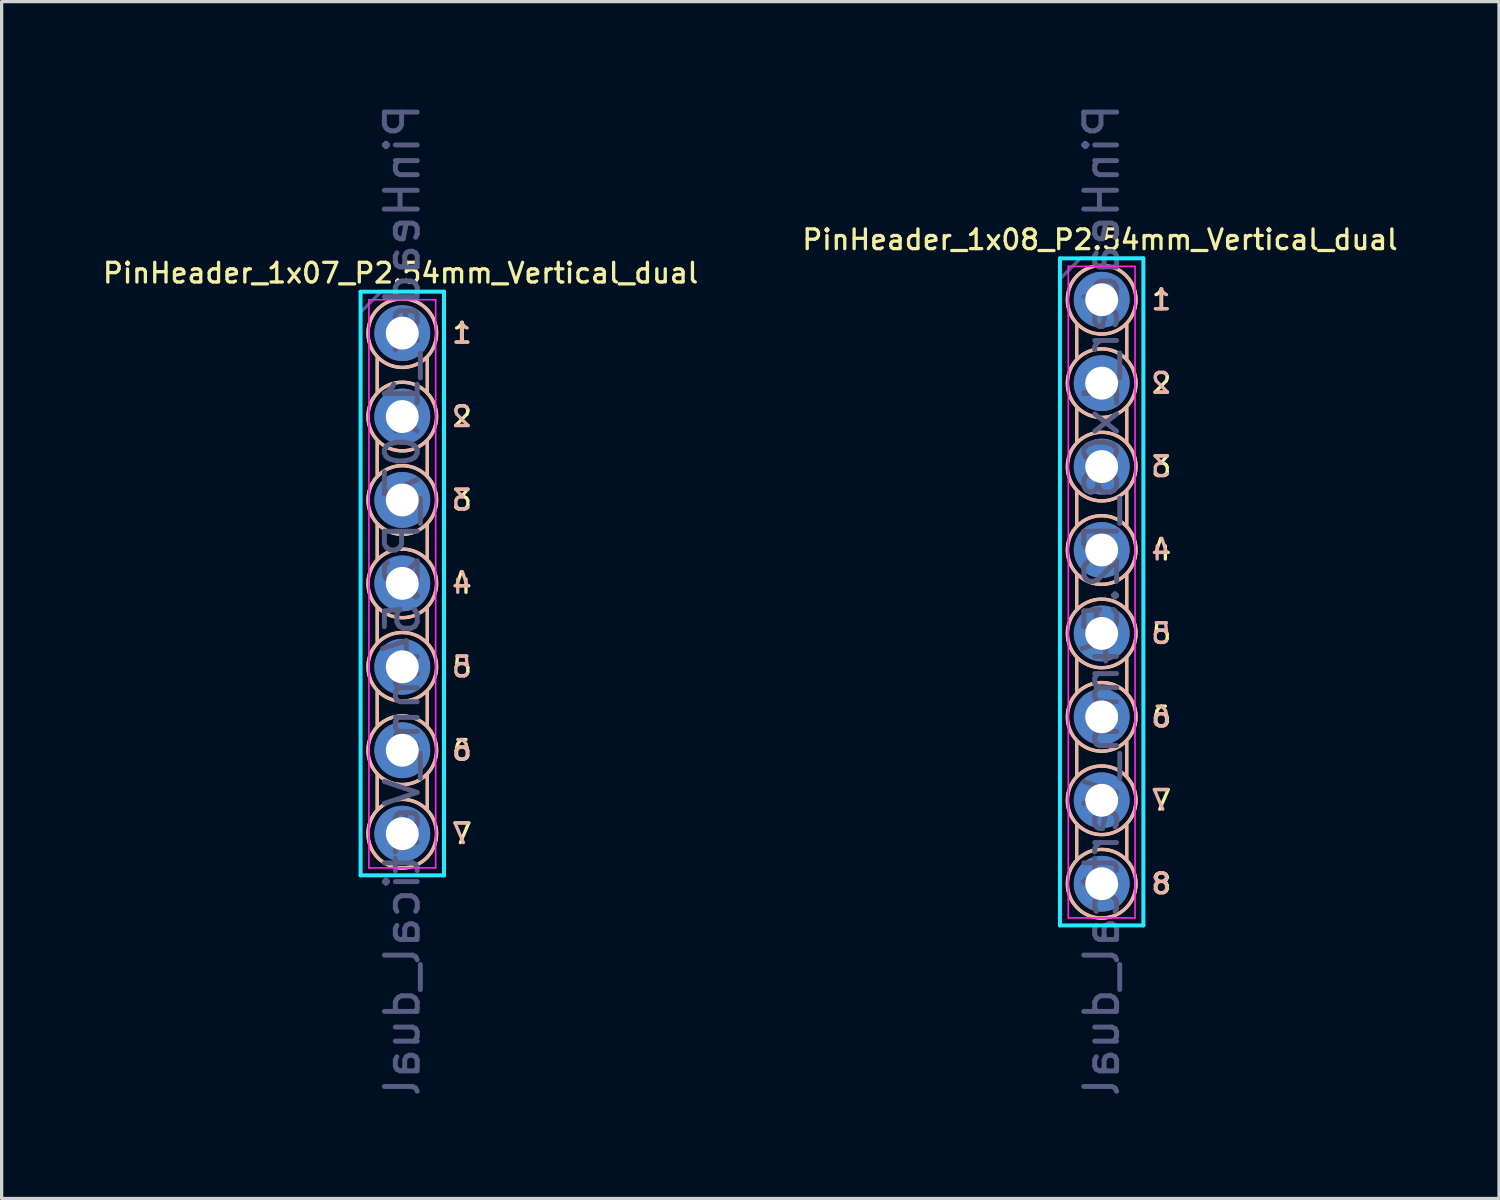
<source format=kicad_pcb>
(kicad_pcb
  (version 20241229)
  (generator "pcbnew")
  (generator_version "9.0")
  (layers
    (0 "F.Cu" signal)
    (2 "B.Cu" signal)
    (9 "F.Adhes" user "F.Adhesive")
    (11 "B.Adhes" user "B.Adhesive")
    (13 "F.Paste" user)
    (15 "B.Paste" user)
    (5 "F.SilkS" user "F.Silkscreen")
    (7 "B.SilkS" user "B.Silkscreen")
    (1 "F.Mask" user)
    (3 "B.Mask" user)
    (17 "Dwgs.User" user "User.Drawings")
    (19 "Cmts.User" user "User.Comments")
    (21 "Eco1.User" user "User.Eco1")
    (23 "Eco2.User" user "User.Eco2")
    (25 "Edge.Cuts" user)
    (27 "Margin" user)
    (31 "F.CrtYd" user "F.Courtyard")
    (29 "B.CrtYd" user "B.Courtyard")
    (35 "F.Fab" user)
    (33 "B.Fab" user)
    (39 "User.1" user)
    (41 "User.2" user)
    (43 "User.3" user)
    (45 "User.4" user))
  (footprint "PinHeader_1x08_P2.54mm_Vertical_dual"
    (layer "F.Cu")
    (at 30.492 6.076)
    (property "Reference" "PinHeader_1x08_P2.54mm_Vertical_dual" (at -0.051 -1.829 0) (layer "F.SilkS") (effects (font (size 0.6 0.6) (thickness 0.1))))
    (attr through_hole)
    (fp_line (start -0.762 0.762) (end -0.762 1.778) (stroke (width 0.1) (type solid)) (layer "F.SilkS"))
    (fp_line (start -0.762 3.302) (end -0.762 4.318) (stroke (width 0.1) (type solid)) (layer "F.SilkS"))
    (fp_line (start -0.762 5.842) (end -0.762 6.858) (stroke (width 0.1) (type solid)) (layer "F.SilkS"))
    (fp_line (start -0.762 8.382) (end -0.762 9.398) (stroke (width 0.1) (type solid)) (layer "F.SilkS"))
    (fp_line (start -0.762 10.922) (end -0.762 11.938) (stroke (width 0.1) (type solid)) (layer "F.SilkS"))
    (fp_line (start -0.762 13.462) (end -0.762 14.478) (stroke (width 0.1) (type solid)) (layer "F.SilkS"))
    (fp_line (start -0.762 16.002) (end -0.762 17.018) (stroke (width 0.1) (type solid)) (layer "F.SilkS"))
    (fp_line (start 0.762 0.762) (end 0.762 1.778) (stroke (width 0.1) (type solid)) (layer "F.SilkS"))
    (fp_line (start 0.762 3.302) (end 0.762 4.318) (stroke (width 0.1) (type solid)) (layer "F.SilkS"))
    (fp_line (start 0.762 5.842) (end 0.762 6.858) (stroke (width 0.1) (type solid)) (layer "F.SilkS"))
    (fp_line (start 0.762 8.382) (end 0.762 9.398) (stroke (width 0.1) (type solid)) (layer "F.SilkS"))
    (fp_line (start 0.762 10.922) (end 0.762 11.938) (stroke (width 0.1) (type solid)) (layer "F.SilkS"))
    (fp_line (start 0.762 13.462) (end 0.762 14.478) (stroke (width 0.1) (type solid)) (layer "F.SilkS"))
    (fp_line (start 0.762 16.002) (end 0.762 17.018) (stroke (width 0.1) (type solid)) (layer "F.SilkS"))
    (fp_circle (center 0 0) (end 0.813 0.66) (stroke (width 0.1) (type solid)) (fill no) (layer "F.SilkS"))
    (fp_circle (center 0 2.54) (end 0.813 3.2) (stroke (width 0.1) (type solid)) (fill no) (layer "F.SilkS"))
    (fp_circle (center 0 5.08) (end 0.813 5.74) (stroke (width 0.1) (type solid)) (fill no) (layer "F.SilkS"))
    (fp_circle (center 0 7.62) (end 0.813 8.28) (stroke (width 0.1) (type solid)) (fill no) (layer "F.SilkS"))
    (fp_circle (center 0 10.16) (end 0.813 10.82) (stroke (width 0.1) (type solid)) (fill no) (layer "F.SilkS"))
    (fp_circle (center 0 12.7) (end 0.813 13.36) (stroke (width 0.1) (type solid)) (fill no) (layer "F.SilkS"))
    (fp_circle (center 0 15.24) (end 0.813 15.9) (stroke (width 0.1) (type solid)) (fill no) (layer "F.SilkS"))
    (fp_circle (center 0 17.78) (end 0.813 18.44) (stroke (width 0.1) (type solid)) (fill no) (layer "F.SilkS"))
    (fp_line (start -0.762 0.737) (end -0.762 1.803) (stroke (width 0.1) (type solid)) (layer "B.SilkS"))
    (fp_line (start -0.762 3.277) (end -0.762 4.343) (stroke (width 0.1) (type solid)) (layer "B.SilkS"))
    (fp_line (start -0.762 5.817) (end -0.762 6.883) (stroke (width 0.1) (type solid)) (layer "B.SilkS"))
    (fp_line (start -0.762 8.357) (end -0.762 9.423) (stroke (width 0.1) (type solid)) (layer "B.SilkS"))
    (fp_line (start -0.762 10.897) (end -0.762 11.963) (stroke (width 0.1) (type solid)) (layer "B.SilkS"))
    (fp_line (start -0.762 13.437) (end -0.762 14.503) (stroke (width 0.1) (type solid)) (layer "B.SilkS"))
    (fp_line (start -0.762 15.977) (end -0.762 17.043) (stroke (width 0.1) (type solid)) (layer "B.SilkS"))
    (fp_line (start 0.762 0.737) (end 0.762 1.803) (stroke (width 0.1) (type solid)) (layer "B.SilkS"))
    (fp_line (start 0.762 3.277) (end 0.762 4.343) (stroke (width 0.1) (type solid)) (layer "B.SilkS"))
    (fp_line (start 0.762 5.817) (end 0.762 6.883) (stroke (width 0.1) (type solid)) (layer "B.SilkS"))
    (fp_line (start 0.762 8.357) (end 0.762 9.423) (stroke (width 0.1) (type solid)) (layer "B.SilkS"))
    (fp_line (start 0.762 10.897) (end 0.762 11.963) (stroke (width 0.1) (type solid)) (layer "B.SilkS"))
    (fp_line (start 0.762 13.437) (end 0.762 14.503) (stroke (width 0.1) (type solid)) (layer "B.SilkS"))
    (fp_line (start 0.762 15.977) (end 0.762 17.043) (stroke (width 0.1) (type solid)) (layer "B.SilkS"))
    (fp_circle (center 0 0) (end 0.025 -1.041) (stroke (width 0.1) (type solid)) (fill no) (layer "B.SilkS"))
    (fp_circle (center 0 2.54) (end 0.025 1.499) (stroke (width 0.1) (type solid)) (fill no) (layer "B.SilkS"))
    (fp_circle (center 0 5.08) (end 0.025 4.039) (stroke (width 0.1) (type solid)) (fill no) (layer "B.SilkS"))
    (fp_circle (center 0 7.62) (end 0.025 6.579) (stroke (width 0.1) (type solid)) (fill no) (layer "B.SilkS"))
    (fp_circle (center 0 10.16) (end 0.025 9.119) (stroke (width 0.1) (type solid)) (fill no) (layer "B.SilkS"))
    (fp_circle (center 0 12.7) (end 0.025 11.659) (stroke (width 0.1) (type solid)) (fill no) (layer "B.SilkS"))
    (fp_circle (center 0 15.24) (end 0.025 14.199) (stroke (width 0.1) (type solid)) (fill no) (layer "B.SilkS"))
    (fp_circle (center 0 17.78) (end 0.025 16.739) (stroke (width 0.1) (type solid)) (fill no) (layer "B.SilkS"))
    (fp_line (start -1.27 -1.26) (end -1.27 19.05) (stroke (width 0.12) (type solid)) (layer "B.CrtYd"))
    (fp_line (start -1.27 19.05) (end 1.27 19.05) (stroke (width 0.12) (type solid)) (layer "B.CrtYd"))
    (fp_line (start 1.27 -1.26) (end -1.27 -1.26) (stroke (width 0.12) (type solid)) (layer "B.CrtYd"))
    (fp_line (start 1.27 19.05) (end 1.27 -1.26) (stroke (width 0.12) (type solid)) (layer "B.CrtYd"))
    (fp_line (start -1.016 -1.016) (end -1.016 18.821) (stroke (width 0.05) (type solid)) (layer "F.CrtYd"))
    (fp_line (start -1.016 18.821) (end 1.016 18.821) (stroke (width 0.05) (type solid)) (layer "F.CrtYd"))
    (fp_line (start 1.016 -1.016) (end -1.016 -1.016) (stroke (width 0.05) (type solid)) (layer "F.CrtYd"))
    (fp_line (start 1.016 18.821) (end 1.016 -1.016) (stroke (width 0.05) (type solid)) (layer "F.CrtYd"))
    (fp_line (start -1.27 -0.635) (end -0.635 -1.27) (stroke (width 0.1) (type solid)) (layer "B.Fab"))
    (fp_line (start -1.27 19.05) (end -1.27 -0.635) (stroke (width 0.1) (type solid)) (layer "B.Fab"))
    (fp_line (start -0.635 -1.27) (end 1.27 -1.27) (stroke (width 0.1) (type solid)) (layer "B.Fab"))
    (fp_line (start 1.27 -1.27) (end 1.27 19.05) (stroke (width 0.1) (type solid)) (layer "B.Fab"))
    (fp_line (start 1.27 19.05) (end -1.27 19.05) (stroke (width 0.1) (type solid)) (layer "B.Fab"))
    (fp_text user "7" (at 1.473 15.24 0) (layer "F.SilkS") (effects (font (size 0.6 0.6) (thickness 0.1)) (justify left)))
    (fp_text user "6" (at 1.473 12.7 0) (layer "F.SilkS") (effects (font (size 0.6 0.6) (thickness 0.1)) (justify left)))
    (fp_text user "3" (at 1.473 5.08 0) (layer "F.SilkS") (effects (font (size 0.6 0.6) (thickness 0.1)) (justify left)))
    (fp_text user "8" (at 1.473 17.78 0) (layer "F.SilkS") (effects (font (size 0.6 0.6) (thickness 0.1)) (justify left)))
    (fp_text user "4" (at 1.473 7.62 0) (layer "F.SilkS") (effects (font (size 0.6 0.6) (thickness 0.1)) (justify left)))
    (fp_text user "1" (at 1.473 0 0) (layer "F.SilkS") (effects (font (size 0.6 0.6) (thickness 0.1)) (justify left)))
    (fp_text user "5" (at 1.473 10.16 0) (layer "F.SilkS") (effects (font (size 0.6 0.6) (thickness 0.1)) (justify left)))
    (fp_text user "2" (at 1.473 2.54 0) (layer "F.SilkS") (effects (font (size 0.6 0.6) (thickness 0.1)) (justify left)))
    (fp_text user "7" (at 1.803 15.24 0) (layer "B.SilkS") (effects (font (size 0.6 0.6) (thickness 0.1)) (justify mirror)))
    (fp_text user "5" (at 1.803 10.16 0) (layer "B.SilkS") (effects (font (size 0.6 0.6) (thickness 0.1)) (justify mirror)))
    (fp_text user "1" (at 1.803 0 0) (layer "B.SilkS") (effects (font (size 0.6 0.6) (thickness 0.1)) (justify mirror)))
    (fp_text user "3" (at 1.803 5.08 0) (layer "B.SilkS") (effects (font (size 0.6 0.6) (thickness 0.1)) (justify mirror)))
    (fp_text user "8" (at 1.803 17.78 0) (layer "B.SilkS") (effects (font (size 0.6 0.6) (thickness 0.1)) (justify mirror)))
    (fp_text user "2" (at 1.803 2.54 0) (layer "B.SilkS") (effects (font (size 0.6 0.6) (thickness 0.1)) (justify mirror)))
    (fp_text user "6" (at 1.803 12.7 0) (layer "B.SilkS") (effects (font (size 0.6 0.6) (thickness 0.1)) (justify mirror)))
    (fp_text user "4" (at 1.803 7.62 0) (layer "B.SilkS") (effects (font (size 0.6 0.6) (thickness 0.1)) (justify mirror)))
    (fp_text user "${REFERENCE}" (at 0 9.144 90) (layer "B.Fab") (effects (font (size 1 1) (thickness 0.15)) (justify mirror)))
    (pad "1" thru_hole circle (at 0 0) (size 1.7 1.7) (drill 1) (layers "*.Cu" "*.Mask"))
    (pad "2" thru_hole oval (at 0 2.54) (size 1.7 1.7) (drill 1) (layers "*.Cu" "*.Mask"))
    (pad "3" thru_hole oval (at 0 5.08) (size 1.7 1.7) (drill 1) (layers "*.Cu" "*.Mask"))
    (pad "4" thru_hole oval (at 0 7.62) (size 1.7 1.7) (drill 1) (layers "*.Cu" "*.Mask"))
    (pad "5" thru_hole oval (at 0 10.16) (size 1.7 1.7) (drill 1) (layers "*.Cu" "*.Mask"))
    (pad "6" thru_hole oval (at 0 12.7) (size 1.7 1.7) (drill 1) (layers "*.Cu" "*.Mask"))
    (pad "7" thru_hole oval (at 0 15.24) (size 1.7 1.7) (drill 1) (layers "*.Cu" "*.Mask"))
    (pad "8" thru_hole oval (at 0 17.78) (size 1.7 1.7) (drill 1) (layers "*.Cu" "*.Mask")))
  (footprint "PinHeader_1x07_P2.54mm_Vertical_dual"
    (layer "F.Cu")
    (at 9.198 7.092)
    (property "Reference" "PinHeader_1x07_P2.54mm_Vertical_dual" (at -0.051 -1.829 0) (layer "F.SilkS") (effects (font (size 0.6 0.6) (thickness 0.1))))
    (attr through_hole)
    (fp_line (start -0.762 0.762) (end -0.762 1.778) (stroke (width 0.1) (type solid)) (layer "F.SilkS"))
    (fp_line (start -0.762 3.302) (end -0.762 4.318) (stroke (width 0.1) (type solid)) (layer "F.SilkS"))
    (fp_line (start -0.762 5.842) (end -0.762 6.858) (stroke (width 0.1) (type solid)) (layer "F.SilkS"))
    (fp_line (start -0.762 8.382) (end -0.762 9.398) (stroke (width 0.1) (type solid)) (layer "F.SilkS"))
    (fp_line (start -0.762 10.922) (end -0.762 11.938) (stroke (width 0.1) (type solid)) (layer "F.SilkS"))
    (fp_line (start -0.762 13.462) (end -0.762 14.478) (stroke (width 0.1) (type solid)) (layer "F.SilkS"))
    (fp_line (start 0.762 0.762) (end 0.762 1.778) (stroke (width 0.1) (type solid)) (layer "F.SilkS"))
    (fp_line (start 0.762 3.302) (end 0.762 4.318) (stroke (width 0.1) (type solid)) (layer "F.SilkS"))
    (fp_line (start 0.762 5.842) (end 0.762 6.858) (stroke (width 0.1) (type solid)) (layer "F.SilkS"))
    (fp_line (start 0.762 8.382) (end 0.762 9.398) (stroke (width 0.1) (type solid)) (layer "F.SilkS"))
    (fp_line (start 0.762 10.922) (end 0.762 11.938) (stroke (width 0.1) (type solid)) (layer "F.SilkS"))
    (fp_line (start 0.762 13.462) (end 0.762 14.478) (stroke (width 0.1) (type solid)) (layer "F.SilkS"))
    (fp_circle (center 0 0) (end 0.813 0.66) (stroke (width 0.1) (type solid)) (fill no) (layer "F.SilkS"))
    (fp_circle (center 0 2.54) (end 0.813 3.2) (stroke (width 0.1) (type solid)) (fill no) (layer "F.SilkS"))
    (fp_circle (center 0 5.08) (end 0.813 5.74) (stroke (width 0.1) (type solid)) (fill no) (layer "F.SilkS"))
    (fp_circle (center 0 7.62) (end 0.813 8.28) (stroke (width 0.1) (type solid)) (fill no) (layer "F.SilkS"))
    (fp_circle (center 0 10.16) (end 0.813 10.82) (stroke (width 0.1) (type solid)) (fill no) (layer "F.SilkS"))
    (fp_circle (center 0 12.7) (end 0.813 13.36) (stroke (width 0.1) (type solid)) (fill no) (layer "F.SilkS"))
    (fp_circle (center 0 15.24) (end 0.813 15.9) (stroke (width 0.1) (type solid)) (fill no) (layer "F.SilkS"))
    (fp_line (start -0.762 0.737) (end -0.762 1.803) (stroke (width 0.1) (type solid)) (layer "B.SilkS"))
    (fp_line (start -0.762 3.277) (end -0.762 4.343) (stroke (width 0.1) (type solid)) (layer "B.SilkS"))
    (fp_line (start -0.762 5.817) (end -0.762 6.883) (stroke (width 0.1) (type solid)) (layer "B.SilkS"))
    (fp_line (start -0.762 8.357) (end -0.762 9.423) (stroke (width 0.1) (type solid)) (layer "B.SilkS"))
    (fp_line (start -0.762 10.897) (end -0.762 11.963) (stroke (width 0.1) (type solid)) (layer "B.SilkS"))
    (fp_line (start -0.762 13.437) (end -0.762 14.503) (stroke (width 0.1) (type solid)) (layer "B.SilkS"))
    (fp_line (start 0.762 0.737) (end 0.762 1.803) (stroke (width 0.1) (type solid)) (layer "B.SilkS"))
    (fp_line (start 0.762 3.277) (end 0.762 4.343) (stroke (width 0.1) (type solid)) (layer "B.SilkS"))
    (fp_line (start 0.762 5.817) (end 0.762 6.883) (stroke (width 0.1) (type solid)) (layer "B.SilkS"))
    (fp_line (start 0.762 8.357) (end 0.762 9.423) (stroke (width 0.1) (type solid)) (layer "B.SilkS"))
    (fp_line (start 0.762 10.897) (end 0.762 11.963) (stroke (width 0.1) (type solid)) (layer "B.SilkS"))
    (fp_line (start 0.762 13.437) (end 0.762 14.503) (stroke (width 0.1) (type solid)) (layer "B.SilkS"))
    (fp_circle (center 0 0) (end 0.025 -1.041) (stroke (width 0.1) (type solid)) (fill no) (layer "B.SilkS"))
    (fp_circle (center 0 2.54) (end 0.025 1.499) (stroke (width 0.1) (type solid)) (fill no) (layer "B.SilkS"))
    (fp_circle (center 0 5.08) (end 0.025 4.039) (stroke (width 0.1) (type solid)) (fill no) (layer "B.SilkS"))
    (fp_circle (center 0 7.62) (end 0.025 6.579) (stroke (width 0.1) (type solid)) (fill no) (layer "B.SilkS"))
    (fp_circle (center 0 10.16) (end 0.025 9.119) (stroke (width 0.1) (type solid)) (fill no) (layer "B.SilkS"))
    (fp_circle (center 0 12.7) (end 0.025 11.659) (stroke (width 0.1) (type solid)) (fill no) (layer "B.SilkS"))
    (fp_circle (center 0 15.24) (end 0.025 14.199) (stroke (width 0.1) (type solid)) (fill no) (layer "B.SilkS"))
    (fp_line (start -1.27 -1.26) (end -1.27 16.51) (stroke (width 0.12) (type solid)) (layer "B.CrtYd"))
    (fp_line (start -1.27 16.51) (end 1.27 16.51) (stroke (width 0.12) (type solid)) (layer "B.CrtYd"))
    (fp_line (start 1.27 -1.26) (end -1.27 -1.26) (stroke (width 0.12) (type solid)) (layer "B.CrtYd"))
    (fp_line (start 1.27 16.51) (end 1.27 -1.26) (stroke (width 0.12) (type solid)) (layer "B.CrtYd"))
    (fp_line (start -1.016 -1.016) (end -1.016 16.281) (stroke (width 0.05) (type solid)) (layer "F.CrtYd"))
    (fp_line (start -1.016 16.281) (end 1.016 16.281) (stroke (width 0.05) (type solid)) (layer "F.CrtYd"))
    (fp_line (start 1.016 -1.016) (end -1.016 -1.016) (stroke (width 0.05) (type solid)) (layer "F.CrtYd"))
    (fp_line (start 1.016 16.281) (end 1.016 -1.016) (stroke (width 0.05) (type solid)) (layer "F.CrtYd"))
    (fp_line (start -1.27 -0.635) (end -0.635 -1.27) (stroke (width 0.1) (type solid)) (layer "B.Fab"))
    (fp_line (start -1.27 16.51) (end -1.27 -0.635) (stroke (width 0.1) (type solid)) (layer "B.Fab"))
    (fp_line (start -0.635 -1.27) (end 1.27 -1.27) (stroke (width 0.1) (type solid)) (layer "B.Fab"))
    (fp_line (start 1.27 -1.27) (end 1.27 16.51) (stroke (width 0.1) (type solid)) (layer "B.Fab"))
    (fp_line (start 1.27 16.51) (end -1.27 16.51) (stroke (width 0.1) (type solid)) (layer "B.Fab"))
    (fp_text user "5" (at 1.473 10.16 0) (layer "F.SilkS") (effects (font (size 0.6 0.6) (thickness 0.1)) (justify left)))
    (fp_text user "2" (at 1.473 2.54 0) (layer "F.SilkS") (effects (font (size 0.6 0.6) (thickness 0.1)) (justify left)))
    (fp_text user "6" (at 1.473 12.7 0) (layer "F.SilkS") (effects (font (size 0.6 0.6) (thickness 0.1)) (justify left)))
    (fp_text user "3" (at 1.473 5.08 0) (layer "F.SilkS") (effects (font (size 0.6 0.6) (thickness 0.1)) (justify left)))
    (fp_text user "4" (at 1.473 7.62 0) (layer "F.SilkS") (effects (font (size 0.6 0.6) (thickness 0.1)) (justify left)))
    (fp_text user "1" (at 1.473 0 0) (layer "F.SilkS") (effects (font (size 0.6 0.6) (thickness 0.1)) (justify left)))
    (fp_text user "7" (at 1.473 15.24 0) (layer "F.SilkS") (effects (font (size 0.6 0.6) (thickness 0.1)) (justify left)))
    (fp_text user "1" (at 1.803 0 0) (layer "B.SilkS") (effects (font (size 0.6 0.6) (thickness 0.1)) (justify mirror)))
    (fp_text user "4" (at 1.803 7.62 0) (layer "B.SilkS") (effects (font (size 0.6 0.6) (thickness 0.1)) (justify mirror)))
    (fp_text user "6" (at 1.803 12.7 0) (layer "B.SilkS") (effects (font (size 0.6 0.6) (thickness 0.1)) (justify mirror)))
    (fp_text user "3" (at 1.803 5.08 0) (layer "B.SilkS") (effects (font (size 0.6 0.6) (thickness 0.1)) (justify mirror)))
    (fp_text user "7" (at 1.803 15.24 0) (layer "B.SilkS") (effects (font (size 0.6 0.6) (thickness 0.1)) (justify mirror)))
    (fp_text user "2" (at 1.803 2.54 0) (layer "B.SilkS") (effects (font (size 0.6 0.6) (thickness 0.1)) (justify mirror)))
    (fp_text user "5" (at 1.803 10.16 0) (layer "B.SilkS") (effects (font (size 0.6 0.6) (thickness 0.1)) (justify mirror)))
    (fp_text user "${REFERENCE}" (at 0 8.128 90) (layer "B.Fab") (effects (font (size 1 1) (thickness 0.15)) (justify mirror)))
    (pad "1" thru_hole circle (at 0 0) (size 1.7 1.7) (drill 1) (layers "*.Cu" "*.Mask"))
    (pad "2" thru_hole oval (at 0 2.54) (size 1.7 1.7) (drill 1) (layers "*.Cu" "*.Mask"))
    (pad "3" thru_hole oval (at 0 5.08) (size 1.7 1.7) (drill 1) (layers "*.Cu" "*.Mask"))
    (pad "4" thru_hole oval (at 0 7.62) (size 1.7 1.7) (drill 1) (layers "*.Cu" "*.Mask"))
    (pad "5" thru_hole oval (at 0 10.16) (size 1.7 1.7) (drill 1) (layers "*.Cu" "*.Mask"))
    (pad "6" thru_hole oval (at 0 12.7) (size 1.7 1.7) (drill 1) (layers "*.Cu" "*.Mask"))
    (pad "7" thru_hole oval (at 0 15.24) (size 1.7 1.7) (drill 1) (layers "*.Cu" "*.Mask")))
  (gr_rect
    (start -3 -3)
    (end 42.589 33.44)
    (stroke (width 0.1) (type default))
    (fill no)
    (layer "Edge.Cuts")))
</source>
